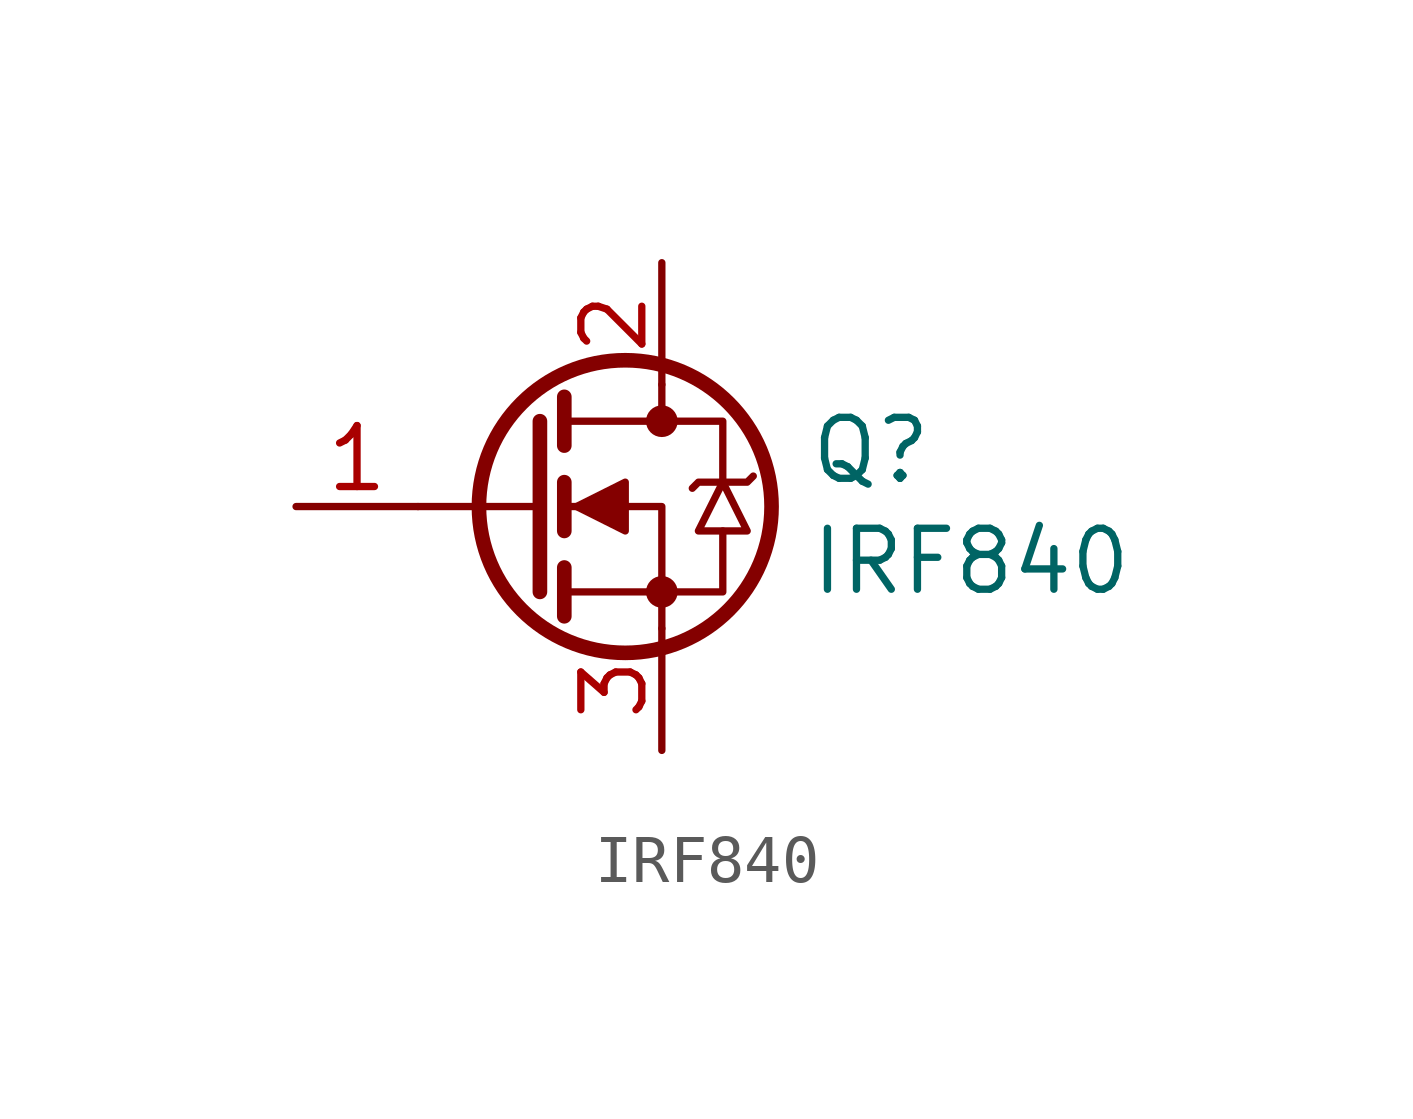
<source format=kicad_sym>
(kicad_symbol_lib
  (version 20211014)
  (generator kicad_symbol_editor)
  (symbol "IRF840"
    (pin_names
      (offset 1.016) hide)
    (property "Reference" "Q"
      (at 5.588 1.168 0)
      (effects (font (size 1.27 1.27)) (justify left)))
    (property "Value" "IRF840"
      (at 5.588 -1.143 0)
      (effects (font (size 1.27 1.27)) (justify left)))
    (symbol "IRF840_0_1"
      (polyline (pts (xy 0 0) (xy -2.54 0)) (stroke (width 0) (type default) (color 0 0 0 0)) (fill (type none)))
      (polyline (pts (xy 0 1.778) (xy 0 -1.778)) (stroke (width 0.305) (type default) (color 0 0 0 0)) (fill (type none)))
      (polyline (pts (xy 0.508 -1.778) (xy 2.54 -1.778)) (stroke (width 0) (type default) (color 0 0 0 0)) (fill (type none)))
      (polyline (pts (xy 0.508 -1.27) (xy 0.508 -2.286)) (stroke (width 0.305) (type default) (color 0 0 0 0)) (fill (type none)))
      (polyline (pts (xy 0.508 0.508) (xy 0.508 -0.508)) (stroke (width 0.305) (type default) (color 0 0 0 0)) (fill (type none)))
      (polyline (pts (xy 0.508 1.27) (xy 0.508 2.286)) (stroke (width 0.305) (type default) (color 0 0 0 0)) (fill (type none)))
      (polyline (pts (xy 0.508 1.778) (xy 2.54 1.778) (xy 2.54 2.54)) (stroke (width 0) (type default) (color 0 0 0 0)) (fill (type none)))
      (polyline (pts (xy 2.54 -2.54) (xy 2.54 0) (xy 0.508 0)) (stroke (width 0) (type default) (color 0 0 0 0)) (fill (type none)))
      (polyline (pts (xy 2.54 1.778) (xy 3.81 1.778) (xy 3.81 0.508)) (stroke (width 0) (type default) (color 0 0 0 0)) (fill (type none)))
      (polyline (pts (xy 3.81 -0.508) (xy 3.81 -1.778) (xy 2.54 -1.778)) (stroke (width 0) (type default) (color 0 0 0 0)) (fill (type none)))
      (polyline (pts (xy 0.762 0) (xy 1.778 0.508) (xy 1.778 -0.508) (xy 0.762 0)) (stroke (width 0) (type default) (color 0 0 0 0)) (fill (type outline)))
      (polyline (pts (xy 3.81 0.508) (xy 3.302 -0.508) (xy 4.318 -0.508) (xy 3.81 0.508)) (stroke (width 0) (type default) (color 0 0 0 0)) (fill (type none)))
      (polyline (pts (xy 4.445 0.635) (xy 4.318 0.508) (xy 3.302 0.508) (xy 3.175 0.381)) (stroke (width 0) (type default) (color 0 0 0 0)) (fill (type none)))
      (circle (center 1.778 0) (radius 3.048) (stroke (width 0.305) (type default) (color 0 0 0 0)) (fill (type none)))
      (circle (center 2.54 -1.778) (radius 0.254) (stroke (width 0) (type default) (color 0 0 0 0)) (fill (type outline)))
      (circle (center 2.54 1.778) (radius 0.254) (stroke (width 0) (type default) (color 0 0 0 0)) (fill (type outline))))
    (symbol "IRF840_1_1"
      (pin input line (at -5.08 0 0) (length 2.54) (name "G" (effects (font (size 1.27 1.27)))) (number "1" (effects (font (size 1.27 1.27)))))
      (pin passive line (at 2.54 5.08 270) (length 2.54) (name "D" (effects (font (size 1.27 1.27)))) (number "2" (effects (font (size 1.27 1.27)))))
      (pin passive line (at 2.54 -5.08 90) (length 2.54) (name "S" (effects (font (size 1.27 1.27)))) (number "3" (effects (font (size 1.27 1.27))))))))
</source>
